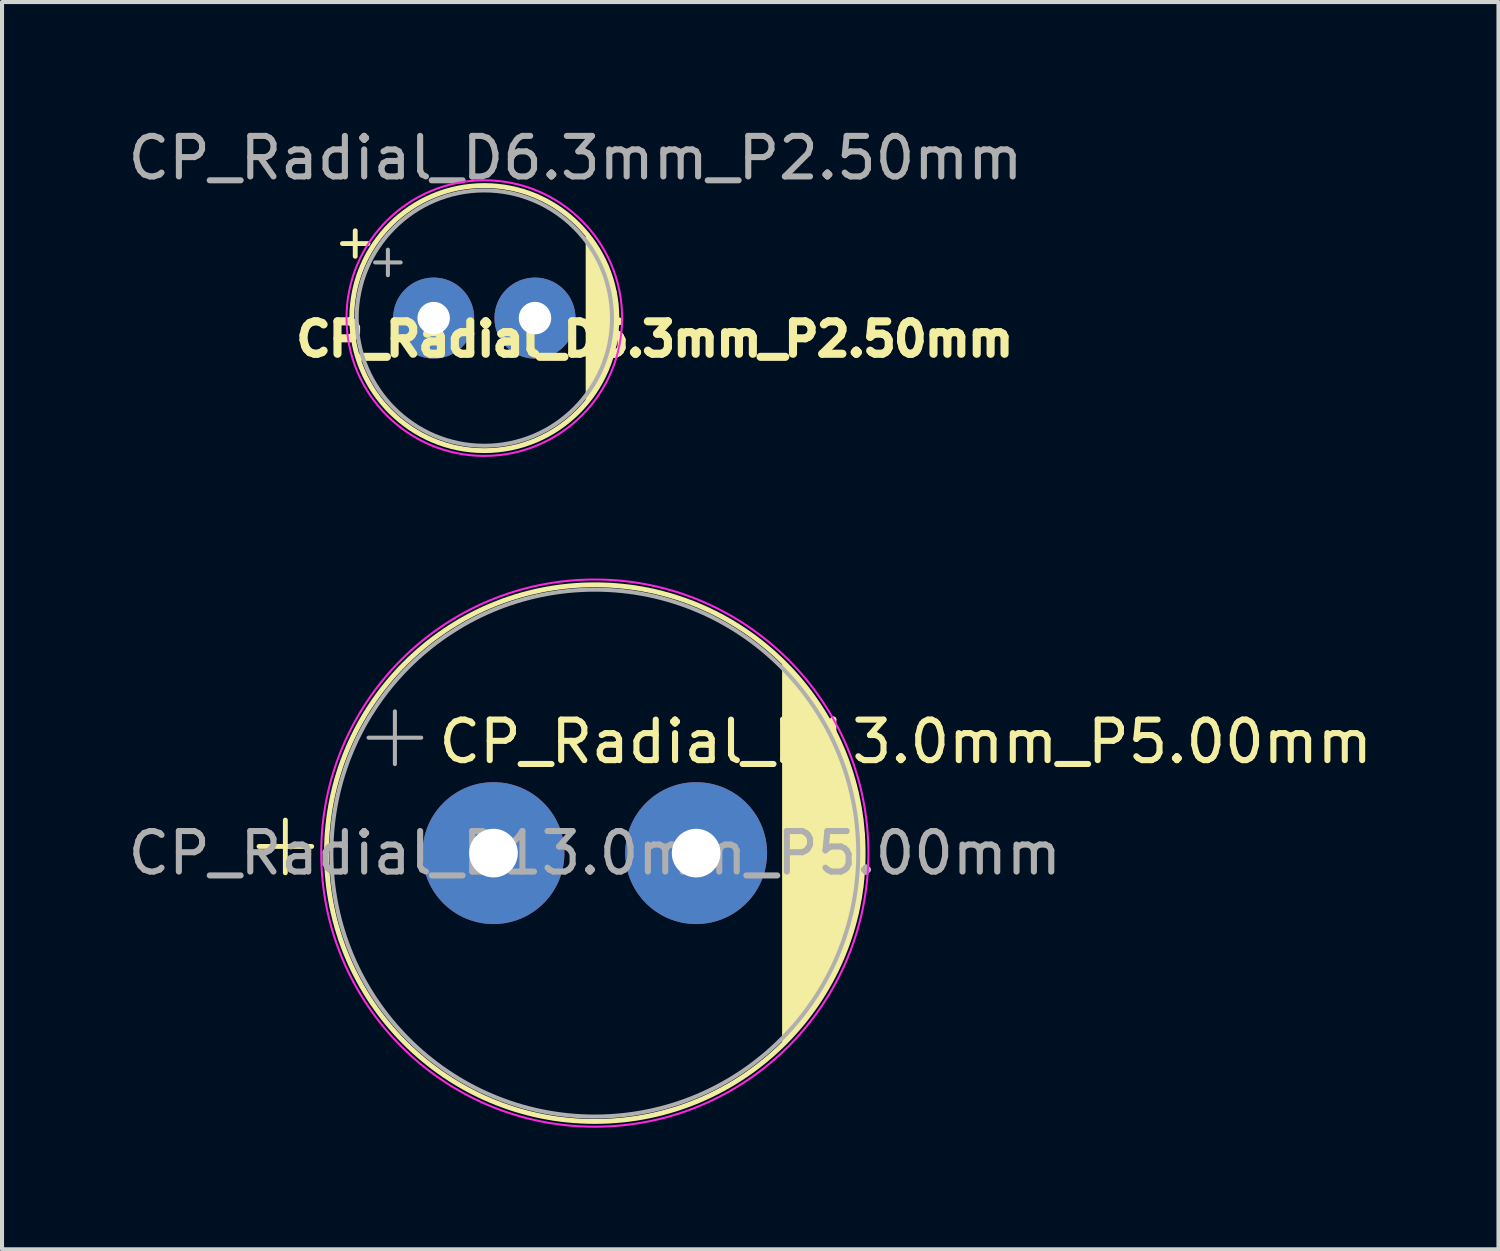
<source format=kicad_pcb>
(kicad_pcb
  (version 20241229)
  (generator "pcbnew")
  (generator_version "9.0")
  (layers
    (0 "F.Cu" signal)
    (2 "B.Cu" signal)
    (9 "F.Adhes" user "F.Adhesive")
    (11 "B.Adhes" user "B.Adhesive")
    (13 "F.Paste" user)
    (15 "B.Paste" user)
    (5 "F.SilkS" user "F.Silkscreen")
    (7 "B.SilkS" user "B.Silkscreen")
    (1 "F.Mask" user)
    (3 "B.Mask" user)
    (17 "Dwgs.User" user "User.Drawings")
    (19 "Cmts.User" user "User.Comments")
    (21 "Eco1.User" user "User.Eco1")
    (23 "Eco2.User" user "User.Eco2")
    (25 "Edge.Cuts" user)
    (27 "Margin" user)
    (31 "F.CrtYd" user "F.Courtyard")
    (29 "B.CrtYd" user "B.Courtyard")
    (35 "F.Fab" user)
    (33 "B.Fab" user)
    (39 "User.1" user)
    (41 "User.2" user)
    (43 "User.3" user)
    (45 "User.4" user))
  (footprint "CP_Radial_D6.3mm_P2.50mm"
    (layer "F.Cu")
    (at 7.649 4.798)
    (property "Reference" "CP_Radial_D6.3mm_P2.50mm" (at 5.456 0.52 0) (layer "F.SilkS") (effects (font (size 0.8 0.8) (thickness 0.2))))
    (attr through_hole)
    (fp_line (start -2.25 -1.839) (end -1.62 -1.839) (stroke (width 0.12) (type solid)) (layer "F.SilkS"))
    (fp_line (start -1.935 -2.154) (end -1.935 -1.524) (stroke (width 0.12) (type solid)) (layer "F.SilkS"))
    (fp_line (start 3.811 -1.995) (end 3.811 1.995) (stroke (width 0.12) (type solid)) (layer "F.SilkS"))
    (fp_line (start 3.851 -1.944) (end 3.851 1.944) (stroke (width 0.12) (type solid)) (layer "F.SilkS"))
    (fp_line (start 3.891 -1.89) (end 3.891 1.89) (stroke (width 0.12) (type solid)) (layer "F.SilkS"))
    (fp_line (start 3.931 -1.834) (end 3.931 1.834) (stroke (width 0.12) (type solid)) (layer "F.SilkS"))
    (fp_line (start 3.971 -1.776) (end 3.971 1.776) (stroke (width 0.12) (type solid)) (layer "F.SilkS"))
    (fp_line (start 4.011 -1.714) (end 4.011 1.714) (stroke (width 0.12) (type solid)) (layer "F.SilkS"))
    (fp_line (start 4.051 -1.65) (end 4.051 1.65) (stroke (width 0.12) (type solid)) (layer "F.SilkS"))
    (fp_line (start 4.091 -1.581) (end 4.091 1.581) (stroke (width 0.12) (type solid)) (layer "F.SilkS"))
    (fp_line (start 4.131 -1.509) (end 4.131 1.509) (stroke (width 0.12) (type solid)) (layer "F.SilkS"))
    (fp_line (start 4.171 -1.432) (end 4.171 1.432) (stroke (width 0.12) (type solid)) (layer "F.SilkS"))
    (fp_line (start 4.211 -1.35) (end 4.211 1.35) (stroke (width 0.12) (type solid)) (layer "F.SilkS"))
    (fp_line (start 4.251 -1.262) (end 4.251 1.262) (stroke (width 0.12) (type solid)) (layer "F.SilkS"))
    (fp_line (start 4.291 -1.165) (end 4.291 1.165) (stroke (width 0.12) (type solid)) (layer "F.SilkS"))
    (fp_line (start 4.331 -1.059) (end 4.331 1.059) (stroke (width 0.12) (type solid)) (layer "F.SilkS"))
    (fp_line (start 4.371 -0.94) (end 4.371 0.94) (stroke (width 0.12) (type solid)) (layer "F.SilkS"))
    (fp_line (start 4.411 -0.802) (end 4.411 0.802) (stroke (width 0.12) (type solid)) (layer "F.SilkS"))
    (fp_line (start 4.451 -0.633) (end 4.451 0.633) (stroke (width 0.12) (type solid)) (layer "F.SilkS"))
    (fp_line (start 4.491 -0.402) (end 4.491 0.402) (stroke (width 0.12) (type solid)) (layer "F.SilkS"))
    (fp_circle (center 1.25 0) (end 4.52 0) (stroke (width 0.12) (type solid)) (fill no) (layer "F.SilkS"))
    (fp_circle (center 1.25 0) (end 4.65 0) (stroke (width 0.05) (type solid)) (fill no) (layer "F.CrtYd"))
    (fp_line (start -1.444 -1.373) (end -0.814 -1.373) (stroke (width 0.1) (type solid)) (layer "F.Fab"))
    (fp_line (start -1.129 -1.688) (end -1.129 -1.058) (stroke (width 0.1) (type solid)) (layer "F.Fab"))
    (fp_circle (center 1.25 0) (end 4.4 0) (stroke (width 0.1) (type solid)) (fill no) (layer "F.Fab"))
    (fp_text user "${REFERENCE}" (at 3.5 -3.95 0) (layer "F.Fab") (effects (font (size 1 1) (thickness 0.15))))
    (pad "1" thru_hole circle (at 0 0) (size 2 2) (drill 0.8) (layers "*.Cu" "*.Mask"))
    (pad "2" thru_hole circle (at 2.5 0) (size 2 2) (drill 0.8) (layers "*.Cu" "*.Mask")))
  (footprint "CP_Radial_D13.0mm_P5.00mm"
    (layer "F.Cu")
    (at 9.125 17.998)
    (property "Reference" "CP_Radial_D13.0mm_P5.00mm" (at 10.17 -2.749 0) (layer "F.SilkS") (effects (font (size 1 1) (thickness 0.15))))
    (attr through_hole)
    (fp_line (start -5.785 -0.165) (end -4.485 -0.165) (stroke (width 0.12) (type solid)) (layer "F.SilkS"))
    (fp_line (start -5.135 -0.815) (end -5.135 0.485) (stroke (width 0.12) (type solid)) (layer "F.SilkS"))
    (fp_line (start 7.181 -4.643) (end 7.181 4.643) (stroke (width 0.12) (type solid)) (layer "F.SilkS"))
    (fp_line (start 7.221 -4.602) (end 7.221 4.602) (stroke (width 0.12) (type solid)) (layer "F.SilkS"))
    (fp_line (start 7.261 -4.561) (end 7.261 4.561) (stroke (width 0.12) (type solid)) (layer "F.SilkS"))
    (fp_line (start 7.301 -4.519) (end 7.301 4.519) (stroke (width 0.12) (type solid)) (layer "F.SilkS"))
    (fp_line (start 7.341 -4.477) (end 7.341 4.477) (stroke (width 0.12) (type solid)) (layer "F.SilkS"))
    (fp_line (start 7.381 -4.434) (end 7.381 4.434) (stroke (width 0.12) (type solid)) (layer "F.SilkS"))
    (fp_line (start 7.421 -4.39) (end 7.421 4.39) (stroke (width 0.12) (type solid)) (layer "F.SilkS"))
    (fp_line (start 7.461 -4.345) (end 7.461 4.345) (stroke (width 0.12) (type solid)) (layer "F.SilkS"))
    (fp_line (start 7.501 -4.299) (end 7.501 4.299) (stroke (width 0.12) (type solid)) (layer "F.SilkS"))
    (fp_line (start 7.541 -4.253) (end 7.541 4.253) (stroke (width 0.12) (type solid)) (layer "F.SilkS"))
    (fp_line (start 7.581 -4.205) (end 7.581 4.205) (stroke (width 0.12) (type solid)) (layer "F.SilkS"))
    (fp_line (start 7.621 -4.157) (end 7.621 4.157) (stroke (width 0.12) (type solid)) (layer "F.SilkS"))
    (fp_line (start 7.661 -4.108) (end 7.661 4.108) (stroke (width 0.12) (type solid)) (layer "F.SilkS"))
    (fp_line (start 7.701 -4.057) (end 7.701 4.057) (stroke (width 0.12) (type solid)) (layer "F.SilkS"))
    (fp_line (start 7.741 -4.006) (end 7.741 4.006) (stroke (width 0.12) (type solid)) (layer "F.SilkS"))
    (fp_line (start 7.781 -3.954) (end 7.781 3.954) (stroke (width 0.12) (type solid)) (layer "F.SilkS"))
    (fp_line (start 7.821 -3.9) (end 7.821 3.9) (stroke (width 0.12) (type solid)) (layer "F.SilkS"))
    (fp_line (start 7.861 -3.846) (end 7.861 3.846) (stroke (width 0.12) (type solid)) (layer "F.SilkS"))
    (fp_line (start 7.901 -3.79) (end 7.901 3.79) (stroke (width 0.12) (type solid)) (layer "F.SilkS"))
    (fp_line (start 7.941 -3.733) (end 7.941 3.733) (stroke (width 0.12) (type solid)) (layer "F.SilkS"))
    (fp_line (start 7.981 -3.675) (end 7.981 3.675) (stroke (width 0.12) (type solid)) (layer "F.SilkS"))
    (fp_line (start 8.021 -3.615) (end 8.021 3.615) (stroke (width 0.12) (type solid)) (layer "F.SilkS"))
    (fp_line (start 8.061 -3.554) (end 8.061 3.554) (stroke (width 0.12) (type solid)) (layer "F.SilkS"))
    (fp_line (start 8.101 -3.491) (end 8.101 3.491) (stroke (width 0.12) (type solid)) (layer "F.SilkS"))
    (fp_line (start 8.141 -3.427) (end 8.141 3.427) (stroke (width 0.12) (type solid)) (layer "F.SilkS"))
    (fp_line (start 8.181 -3.361) (end 8.181 3.361) (stroke (width 0.12) (type solid)) (layer "F.SilkS"))
    (fp_line (start 8.221 -3.293) (end 8.221 3.293) (stroke (width 0.12) (type solid)) (layer "F.SilkS"))
    (fp_line (start 8.261 -3.223) (end 8.261 3.223) (stroke (width 0.12) (type solid)) (layer "F.SilkS"))
    (fp_line (start 8.301 -3.152) (end 8.301 3.152) (stroke (width 0.12) (type solid)) (layer "F.SilkS"))
    (fp_line (start 8.341 -3.078) (end 8.341 3.078) (stroke (width 0.12) (type solid)) (layer "F.SilkS"))
    (fp_line (start 8.381 -3.002) (end 8.381 3.002) (stroke (width 0.12) (type solid)) (layer "F.SilkS"))
    (fp_line (start 8.421 -2.923) (end 8.421 2.923) (stroke (width 0.12) (type solid)) (layer "F.SilkS"))
    (fp_line (start 8.461 -2.842) (end 8.461 2.842) (stroke (width 0.12) (type solid)) (layer "F.SilkS"))
    (fp_line (start 8.501 -2.758) (end 8.501 2.758) (stroke (width 0.12) (type solid)) (layer "F.SilkS"))
    (fp_line (start 8.541 -2.67) (end 8.541 2.67) (stroke (width 0.12) (type solid)) (layer "F.SilkS"))
    (fp_line (start 8.581 -2.579) (end 8.581 2.579) (stroke (width 0.12) (type solid)) (layer "F.SilkS"))
    (fp_line (start 8.621 -2.484) (end 8.621 2.484) (stroke (width 0.12) (type solid)) (layer "F.SilkS"))
    (fp_line (start 8.661 -2.385) (end 8.661 2.385) (stroke (width 0.12) (type solid)) (layer "F.SilkS"))
    (fp_line (start 8.701 -2.281) (end 8.701 2.281) (stroke (width 0.12) (type solid)) (layer "F.SilkS"))
    (fp_line (start 8.741 -2.171) (end 8.741 2.171) (stroke (width 0.12) (type solid)) (layer "F.SilkS"))
    (fp_line (start 8.781 -2.055) (end 8.781 2.055) (stroke (width 0.12) (type solid)) (layer "F.SilkS"))
    (fp_line (start 8.821 -1.931) (end 8.821 1.931) (stroke (width 0.12) (type solid)) (layer "F.SilkS"))
    (fp_line (start 8.861 -1.798) (end 8.861 1.798) (stroke (width 0.12) (type solid)) (layer "F.SilkS"))
    (fp_line (start 8.901 -1.653) (end 8.901 1.653) (stroke (width 0.12) (type solid)) (layer "F.SilkS"))
    (fp_line (start 8.941 -1.494) (end 8.941 1.494) (stroke (width 0.12) (type solid)) (layer "F.SilkS"))
    (fp_line (start 8.981 -1.315) (end 8.981 1.315) (stroke (width 0.12) (type solid)) (layer "F.SilkS"))
    (fp_line (start 9.021 -1.107) (end 9.021 1.107) (stroke (width 0.12) (type solid)) (layer "F.SilkS"))
    (fp_line (start 9.061 -0.85) (end 9.061 0.85) (stroke (width 0.12) (type solid)) (layer "F.SilkS"))
    (fp_line (start 9.101 -0.475) (end 9.101 0.475) (stroke (width 0.12) (type solid)) (layer "F.SilkS"))
    (fp_circle (center 2.5 0) (end 9.12 0) (stroke (width 0.12) (type solid)) (fill no) (layer "F.SilkS"))
    (fp_circle (center 2.5 0) (end 9.25 0) (stroke (width 0.05) (type solid)) (fill no) (layer "F.CrtYd"))
    (fp_line (start -3.082 -2.848) (end -1.782 -2.848) (stroke (width 0.1) (type solid)) (layer "F.Fab"))
    (fp_line (start -2.432 -3.498) (end -2.432 -2.197) (stroke (width 0.1) (type solid)) (layer "F.Fab"))
    (fp_circle (center 2.5 0) (end 9 0) (stroke (width 0.1) (type solid)) (fill no) (layer "F.Fab"))
    (fp_text user "${REFERENCE}" (at 2.5 0 0) (layer "F.Fab") (effects (font (size 1 1) (thickness 0.15))))
    (pad "1" thru_hole circle (at 0 0) (size 3.5 3.5) (drill 1.2) (layers "*.Cu" "*.Mask"))
    (pad "2" thru_hole circle (at 5 0) (size 3.5 3.5) (drill 1.2) (layers "*.Cu" "*.Mask")))
  (gr_rect
    (start -3 -3)
    (end 33.92 27.773)
    (stroke (width 0.1) (type default))
    (fill no)
    (layer "Edge.Cuts")))
</source>
